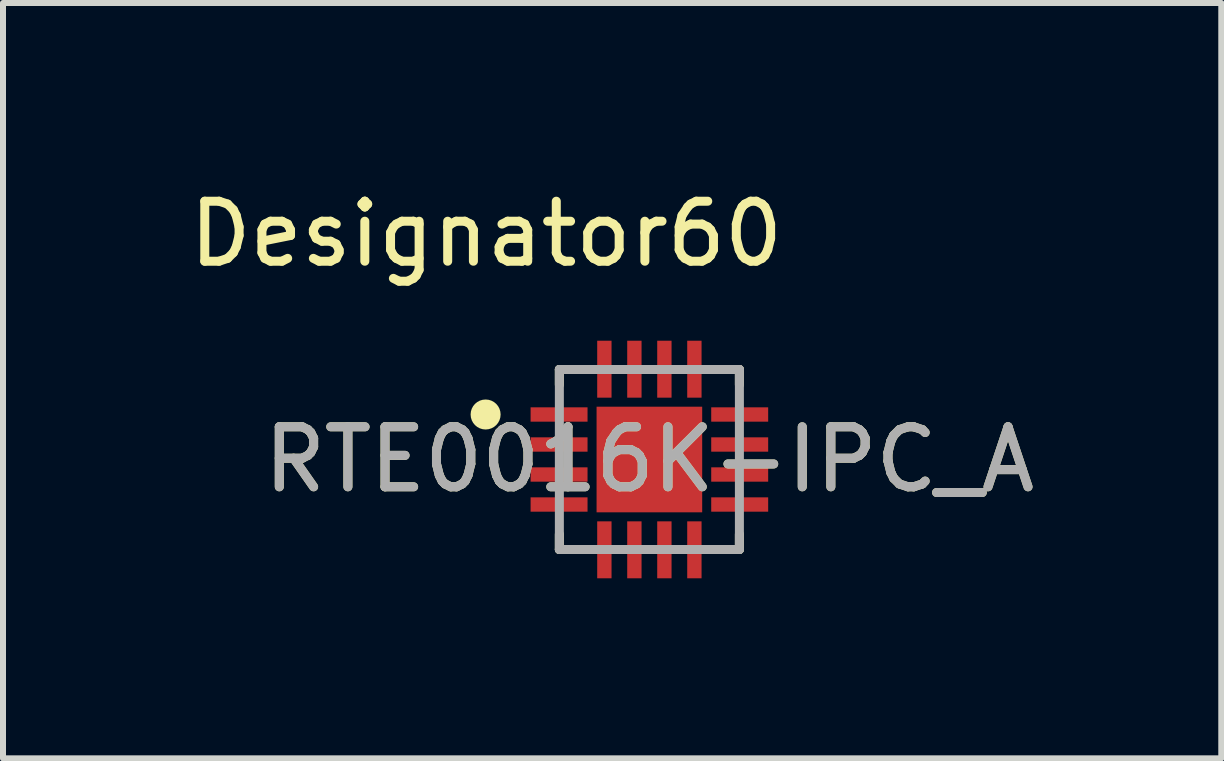
<source format=kicad_pcb>
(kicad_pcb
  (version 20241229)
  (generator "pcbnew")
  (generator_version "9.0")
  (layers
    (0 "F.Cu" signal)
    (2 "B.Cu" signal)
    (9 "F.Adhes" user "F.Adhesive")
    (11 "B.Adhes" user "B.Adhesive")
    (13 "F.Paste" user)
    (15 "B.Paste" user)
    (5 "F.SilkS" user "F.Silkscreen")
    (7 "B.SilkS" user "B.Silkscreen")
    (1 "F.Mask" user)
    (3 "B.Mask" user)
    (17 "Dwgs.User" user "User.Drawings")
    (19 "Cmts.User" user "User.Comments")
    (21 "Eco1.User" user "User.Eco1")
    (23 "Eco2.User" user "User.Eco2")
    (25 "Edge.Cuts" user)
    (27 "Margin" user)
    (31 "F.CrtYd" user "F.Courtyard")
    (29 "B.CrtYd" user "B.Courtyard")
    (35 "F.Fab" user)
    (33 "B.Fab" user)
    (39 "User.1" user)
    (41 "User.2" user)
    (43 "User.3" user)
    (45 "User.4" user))
  (footprint "RTE0016K-IPC_A"
    (layer "F.Cu")
    (at 7.771 4.607)
    (property "Reference" "RTE0016K-IPC_A" (at 0 0 0) (unlocked yes) (layer "F.SilkS") (effects (font (size 1 1) (thickness 0.15))))
    (attr smd)
    (fp_line (start -1.5 -1.5) (end -1.245 -1.5) (stroke (width 0.15) (type solid)) (layer "F.SilkS"))
    (fp_line (start -1.5 -1.245) (end -1.5 -1.5) (stroke (width 0.15) (type solid)) (layer "F.SilkS"))
    (fp_line (start -1.5 1.5) (end -1.5 1.245) (stroke (width 0.15) (type solid)) (layer "F.SilkS"))
    (fp_line (start -1.5 1.5) (end -1.245 1.5) (stroke (width 0.15) (type solid)) (layer "F.SilkS"))
    (fp_line (start 1.245 -1.5) (end 1.5 -1.5) (stroke (width 0.15) (type solid)) (layer "F.SilkS"))
    (fp_line (start 1.245 1.5) (end 1.5 1.5) (stroke (width 0.15) (type solid)) (layer "F.SilkS"))
    (fp_line (start 1.5 -1.245) (end 1.5 -1.5) (stroke (width 0.15) (type solid)) (layer "F.SilkS"))
    (fp_line (start 1.5 1.5) (end 1.5 1.245) (stroke (width 0.15) (type solid)) (layer "F.SilkS"))
    (fp_circle (center -2.729 -0.75) (end -2.604 -0.75) (stroke (width 0.25) (type solid)) (fill no) (layer "F.SilkS"))
    (fp_poly (pts (xy -0.557 0.557) (xy 0.557 0.557) (xy 0.557 -0.557) (xy -0.557 -0.557)) (stroke (width 0) (type solid)) (fill yes) (layer "F.Paste"))
    (fp_line (start -1.5 -1.5) (end 1.5 -1.5) (stroke (width 0.15) (type solid)) (layer "F.Fab"))
    (fp_line (start -1.5 1.5) (end -1.5 -1.5) (stroke (width 0.15) (type solid)) (layer "F.Fab"))
    (fp_line (start -1.5 1.5) (end 1.5 1.5) (stroke (width 0.15) (type solid)) (layer "F.Fab"))
    (fp_line (start 1.5 1.5) (end 1.5 -1.5) (stroke (width 0.15) (type solid)) (layer "F.Fab"))
    (fp_text user "Designator60" (at -2.718 -3.759 0) (unlocked yes) (layer "F.SilkS") (effects (font (size 1 1) (thickness 0.15))))
    (fp_text user "${REFERENCE}" (at 0 0 0) (unlocked yes) (layer "F.Fab") (effects (font (size 1 1) (thickness 0.15))))
    (pad "1" smd rect (at -1.505 -0.75 90) (size 0.239 0.949) (layers "F.Cu" "F.Mask" "F.Paste"))
    (pad "2" smd rect (at -1.505 -0.25 90) (size 0.239 0.949) (layers "F.Cu" "F.Mask" "F.Paste"))
    (pad "3" smd rect (at -1.505 0.25 90) (size 0.239 0.949) (layers "F.Cu" "F.Mask" "F.Paste"))
    (pad "4" smd rect (at -1.505 0.75 90) (size 0.239 0.949) (layers "F.Cu" "F.Mask" "F.Paste"))
    (pad "5" smd rect (at -0.75 1.505) (size 0.239 0.949) (layers "F.Cu" "F.Mask" "F.Paste"))
    (pad "6" smd rect (at -0.25 1.505) (size 0.239 0.949) (layers "F.Cu" "F.Mask" "F.Paste"))
    (pad "7" smd rect (at 0.25 1.505) (size 0.239 0.949) (layers "F.Cu" "F.Mask" "F.Paste"))
    (pad "8" smd rect (at 0.75 1.505) (size 0.239 0.949) (layers "F.Cu" "F.Mask" "F.Paste"))
    (pad "9" smd rect (at 1.505 0.75 90) (size 0.239 0.949) (layers "F.Cu" "F.Mask" "F.Paste"))
    (pad "10" smd rect (at 1.505 0.25 90) (size 0.239 0.949) (layers "F.Cu" "F.Mask" "F.Paste"))
    (pad "11" smd rect (at 1.505 -0.25 90) (size 0.239 0.949) (layers "F.Cu" "F.Mask" "F.Paste"))
    (pad "12" smd rect (at 1.505 -0.75 90) (size 0.239 0.949) (layers "F.Cu" "F.Mask" "F.Paste"))
    (pad "13" smd rect (at 0.75 -1.505) (size 0.239 0.949) (layers "F.Cu" "F.Mask" "F.Paste"))
    (pad "14" smd rect (at 0.25 -1.505) (size 0.239 0.949) (layers "F.Cu" "F.Mask" "F.Paste"))
    (pad "15" smd rect (at -0.25 -1.505) (size 0.239 0.949) (layers "F.Cu" "F.Mask" "F.Paste"))
    (pad "16" smd rect (at -0.75 -1.505) (size 0.239 0.949) (layers "F.Cu" "F.Mask" "F.Paste"))
    (pad "17" smd rect (at 0 0) (size 1.76 1.76) (layers "F.Cu" "F.Mask")))
  (gr_rect
    (start -3 -3)
    (end 17.301 9.587)
    (stroke (width 0.1) (type default))
    (fill no)
    (layer "Edge.Cuts")))
</source>
